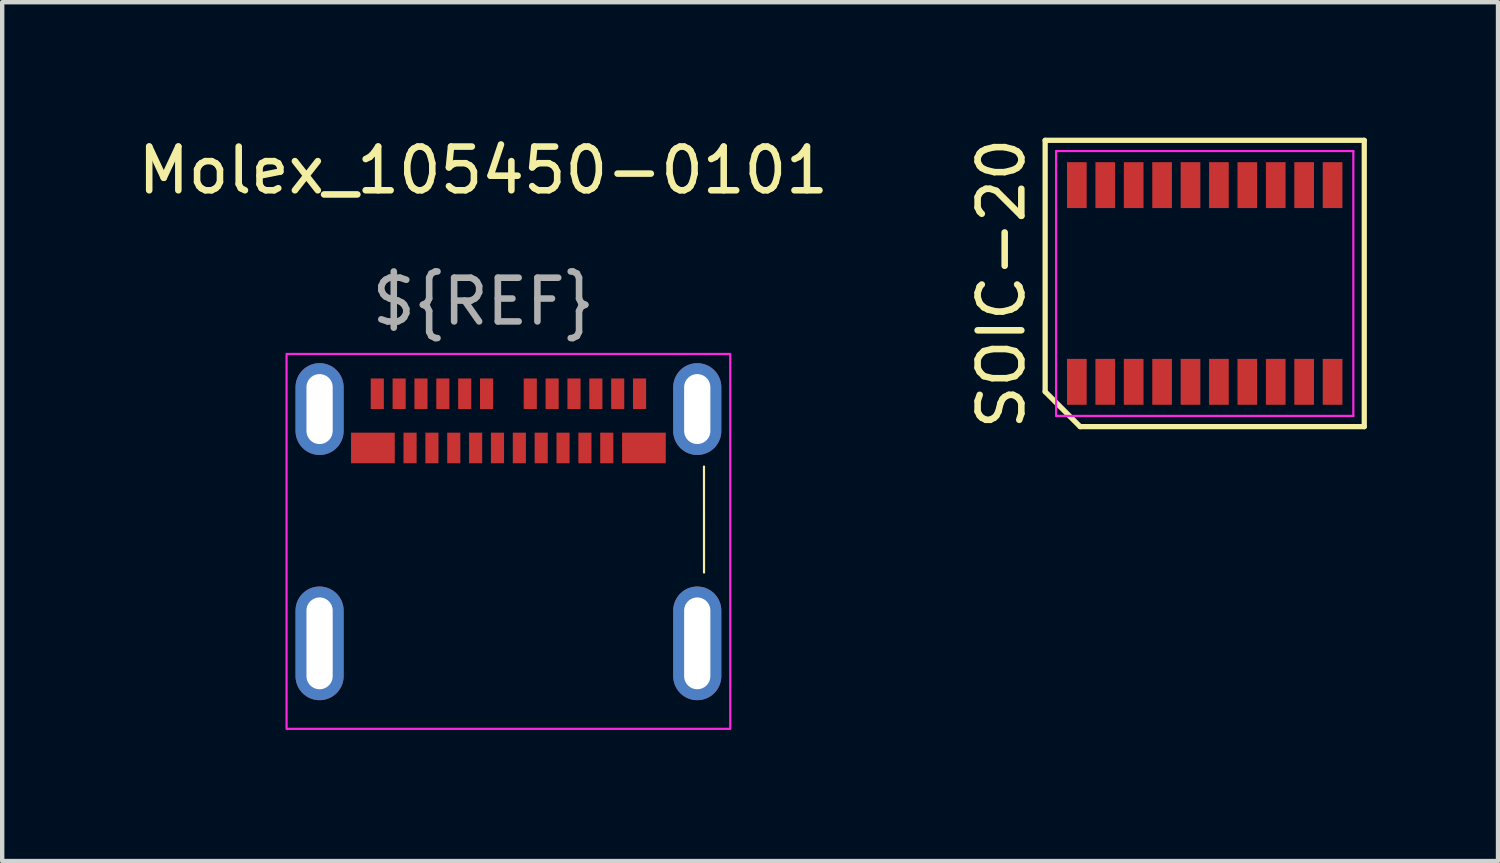
<source format=kicad_pcb>
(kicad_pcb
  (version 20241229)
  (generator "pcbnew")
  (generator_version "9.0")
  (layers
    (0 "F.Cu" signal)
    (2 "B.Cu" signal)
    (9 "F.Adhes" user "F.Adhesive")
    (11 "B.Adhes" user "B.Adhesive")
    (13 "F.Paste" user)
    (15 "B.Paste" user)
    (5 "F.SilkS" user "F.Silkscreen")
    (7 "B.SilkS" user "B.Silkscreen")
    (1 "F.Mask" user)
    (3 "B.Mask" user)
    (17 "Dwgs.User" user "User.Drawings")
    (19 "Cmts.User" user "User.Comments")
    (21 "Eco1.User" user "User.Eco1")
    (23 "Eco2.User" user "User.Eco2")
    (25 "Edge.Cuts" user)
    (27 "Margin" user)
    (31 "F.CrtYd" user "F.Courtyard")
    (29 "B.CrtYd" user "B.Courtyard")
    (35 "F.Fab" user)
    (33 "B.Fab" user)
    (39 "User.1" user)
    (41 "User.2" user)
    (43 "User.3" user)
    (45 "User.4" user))
  (footprint "Molex_105450-0101"
    (layer "F.Cu")
    (at 5.481 7.198)
    (property "Reference" "Molex_105450-0101" (at 2.525 -6.35 0) (unlocked yes) (layer "F.SilkS") (effects (font (size 1 1) (thickness 0.15))))
    (attr through_hole)
    (fp_line (start 7.575 2.85) (end 7.574 0.425) (stroke (width 0.05) (type solid)) (layer "F.SilkS"))
    (fp_line (start -1.376 6.425) (end 7.574 6.425) (stroke (width 0.05) (type solid)) (layer "Eco1.User"))
    (fp_rect (start -1.975 -2.15) (end 8.175 6.425) (stroke (width 0.05) (type solid)) (fill no) (layer "F.CrtYd"))
    (fp_text user "${REF}" (at 2.525 -3.35 0) (unlocked yes) (layer "F.Fab") (effects (font (size 1 1) (thickness 0.15))))
    (pad "A1" smd rect (at 0.1 -1.24) (size 0.3 0.7) (layers "F.Cu" "F.Mask" "F.Paste"))
    (pad "A2" smd rect (at 0.6 -1.24) (size 0.3 0.7) (layers "F.Cu" "F.Mask" "F.Paste"))
    (pad "A3" smd rect (at 1.1 -1.24) (size 0.3 0.7) (layers "F.Cu" "F.Mask" "F.Paste"))
    (pad "A4" smd rect (at 1.6 -1.24) (size 0.3 0.7) (layers "F.Cu" "F.Mask" "F.Paste"))
    (pad "A5" smd rect (at 2.1 -1.24) (size 0.3 0.7) (layers "F.Cu" "F.Mask" "F.Paste"))
    (pad "A6" smd rect (at 2.6 -1.24) (size 0.3 0.7) (layers "F.Cu" "F.Mask" "F.Paste"))
    (pad "A7" smd rect (at 3.6 -1.24) (size 0.3 0.7) (layers "F.Cu" "F.Mask" "F.Paste"))
    (pad "A8" smd rect (at 4.1 -1.24) (size 0.3 0.7) (layers "F.Cu" "F.Mask" "F.Paste"))
    (pad "A9" smd rect (at 4.6 -1.24) (size 0.3 0.7) (layers "F.Cu" "F.Mask" "F.Paste"))
    (pad "A10" smd rect (at 5.1 -1.24) (size 0.3 0.7) (layers "F.Cu" "F.Mask" "F.Paste"))
    (pad "A11" smd rect (at 5.6 -1.24) (size 0.3 0.7) (layers "F.Cu" "F.Mask" "F.Paste"))
    (pad "A12" smd rect (at 6.1 -1.24) (size 0.3 0.7) (layers "F.Cu" "F.Mask" "F.Paste"))
    (pad "B1" smd rect (at 6.2 0) (size 1 0.7) (layers "F.Cu" "F.Mask" "F.Paste"))
    (pad "B2" smd rect (at 5.35 0) (size 0.3 0.7) (layers "F.Cu" "F.Mask" "F.Paste"))
    (pad "B3" smd rect (at 4.85 0) (size 0.3 0.7) (layers "F.Cu" "F.Mask" "F.Paste"))
    (pad "B4" smd rect (at 4.35 0) (size 0.3 0.7) (layers "F.Cu" "F.Mask" "F.Paste"))
    (pad "B5" smd rect (at 3.85 0) (size 0.3 0.7) (layers "F.Cu" "F.Mask" "F.Paste"))
    (pad "B6" smd rect (at 3.35 0) (size 0.3 0.7) (layers "F.Cu" "F.Mask" "F.Paste"))
    (pad "B7" smd rect (at 2.85 0) (size 0.3 0.7) (layers "F.Cu" "F.Mask" "F.Paste"))
    (pad "B8" smd rect (at 2.35 0) (size 0.3 0.7) (layers "F.Cu" "F.Mask" "F.Paste"))
    (pad "B9" smd rect (at 1.85 0) (size 0.3 0.7) (layers "F.Cu" "F.Mask" "F.Paste"))
    (pad "B10" smd rect (at 1.35 0) (size 0.3 0.7) (layers "F.Cu" "F.Mask" "F.Paste"))
    (pad "B11" smd rect (at 0.85 0) (size 0.3 0.7) (layers "F.Cu" "F.Mask" "F.Paste"))
    (pad "B12" smd rect (at 0 0) (size 1 0.7) (layers "F.Cu" "F.Mask" "F.Paste"))
    (pad "S1" thru_hole oval (at -1.22 -0.89) (size 1.1 2.1) (drill oval 0.6 1.6) (layers "*.Cu" "*.Mask"))
    (pad "S1" thru_hole oval (at -1.22 4.47) (size 1.1 2.6) (drill oval 0.6 2.1) (layers "*.Cu" "*.Mask"))
    (pad "S1" thru_hole oval (at 7.42 -0.89) (size 1.1 2.1) (drill oval 0.6 1.6) (layers "*.Cu" "*.Mask"))
    (pad "S1" thru_hole oval (at 7.42 4.47) (size 1.1 2.6) (drill oval 0.6 2.1) (layers "*.Cu" "*.Mask"))
    (zone (net_name "") (layer "F.Cu") (hatch edge 0.508) (connect_pads) (min_thickness 0.254) (filled_areas_thickness no) (keepout (tracks not_allowed) (vias not_allowed) (pads not_allowed) (copperpour not_allowed) (footprints allowed)) (placement (enabled no)) (fill) (polygon (pts (xy 12.055 13.451) (xy 5.055 13.451) (xy 5.055 7.801) (xy 12.055 7.801)))))
  (footprint "SOIC-20"
    (layer "F.Cu")
    (at 24.51 3.435)
    (property "Reference" "SOIC-20" (at -4.65 0 90) (layer "F.SilkS") (effects (font (size 1 1) (thickness 0.15))))
    (attr smd)
    (fp_line (start -3.65 -3.275) (end 3.65 -3.275) (stroke (width 0.12) (type solid)) (layer "F.SilkS"))
    (fp_line (start -3.65 2.475) (end -3.65 -3.275) (stroke (width 0.12) (type solid)) (layer "F.SilkS"))
    (fp_line (start -2.85 3.275) (end -3.65 2.475) (stroke (width 0.12) (type solid)) (layer "F.SilkS"))
    (fp_line (start 3.65 -3.275) (end 3.65 3.275) (stroke (width 0.12) (type solid)) (layer "F.SilkS"))
    (fp_line (start 3.65 3.275) (end -2.85 3.275) (stroke (width 0.12) (type solid)) (layer "F.SilkS"))
    (fp_line (start -3.4 -3.03) (end 3.4 -3.03) (stroke (width 0.05) (type solid)) (layer "F.CrtYd"))
    (fp_line (start -3.4 3.03) (end -3.4 -3.03) (stroke (width 0.05) (type solid)) (layer "F.CrtYd"))
    (fp_line (start 3.4 -3.03) (end 3.4 3.03) (stroke (width 0.05) (type solid)) (layer "F.CrtYd"))
    (fp_line (start 3.4 3.03) (end -3.4 3.03) (stroke (width 0.05) (type solid)) (layer "F.CrtYd"))
    (pad "1" smd rect (at -2.925 2.25) (size 0.45 1.05) (layers "F.Cu" "F.Mask" "F.Paste"))
    (pad "2" smd rect (at -2.275 2.25) (size 0.45 1.05) (layers "F.Cu" "F.Mask" "F.Paste"))
    (pad "3" smd rect (at -1.625 2.25) (size 0.45 1.05) (layers "F.Cu" "F.Mask" "F.Paste"))
    (pad "4" smd rect (at -0.975 2.25) (size 0.45 1.05) (layers "F.Cu" "F.Mask" "F.Paste"))
    (pad "5" smd rect (at -0.325 2.25) (size 0.45 1.05) (layers "F.Cu" "F.Mask" "F.Paste"))
    (pad "6" smd rect (at 0.325 2.25) (size 0.45 1.05) (layers "F.Cu" "F.Mask" "F.Paste"))
    (pad "7" smd rect (at 0.975 2.25) (size 0.45 1.05) (layers "F.Cu" "F.Mask" "F.Paste"))
    (pad "8" smd rect (at 1.625 2.25) (size 0.45 1.05) (layers "F.Cu" "F.Mask" "F.Paste"))
    (pad "9" smd rect (at 2.275 2.25) (size 0.45 1.05) (layers "F.Cu" "F.Mask" "F.Paste"))
    (pad "10" smd rect (at 2.925 2.25) (size 0.45 1.05) (layers "F.Cu" "F.Mask" "F.Paste"))
    (pad "11" smd rect (at 2.925 -2.25) (size 0.45 1.05) (layers "F.Cu" "F.Mask" "F.Paste"))
    (pad "12" smd rect (at 2.275 -2.25) (size 0.45 1.05) (layers "F.Cu" "F.Mask" "F.Paste"))
    (pad "13" smd rect (at 1.625 -2.25) (size 0.45 1.05) (layers "F.Cu" "F.Mask" "F.Paste"))
    (pad "14" smd rect (at 0.975 -2.25) (size 0.45 1.05) (layers "F.Cu" "F.Mask" "F.Paste"))
    (pad "15" smd rect (at 0.325 -2.25) (size 0.45 1.05) (layers "F.Cu" "F.Mask" "F.Paste"))
    (pad "16" smd rect (at -0.325 -2.25) (size 0.45 1.05) (layers "F.Cu" "F.Mask" "F.Paste"))
    (pad "17" smd rect (at -0.975 -2.25) (size 0.45 1.05) (layers "F.Cu" "F.Mask" "F.Paste"))
    (pad "18" smd rect (at -1.625 -2.25) (size 0.45 1.05) (layers "F.Cu" "F.Mask" "F.Paste"))
    (pad "19" smd rect (at -2.275 -2.25) (size 0.45 1.05) (layers "F.Cu" "F.Mask" "F.Paste"))
    (pad "20" smd rect (at -2.925 -2.25) (size 0.45 1.05) (layers "F.Cu" "F.Mask" "F.Paste")))
  (gr_rect
    (start -3 -3)
    (end 31.22 16.649)
    (stroke (width 0.1) (type default))
    (fill no)
    (layer "Edge.Cuts")))
</source>
